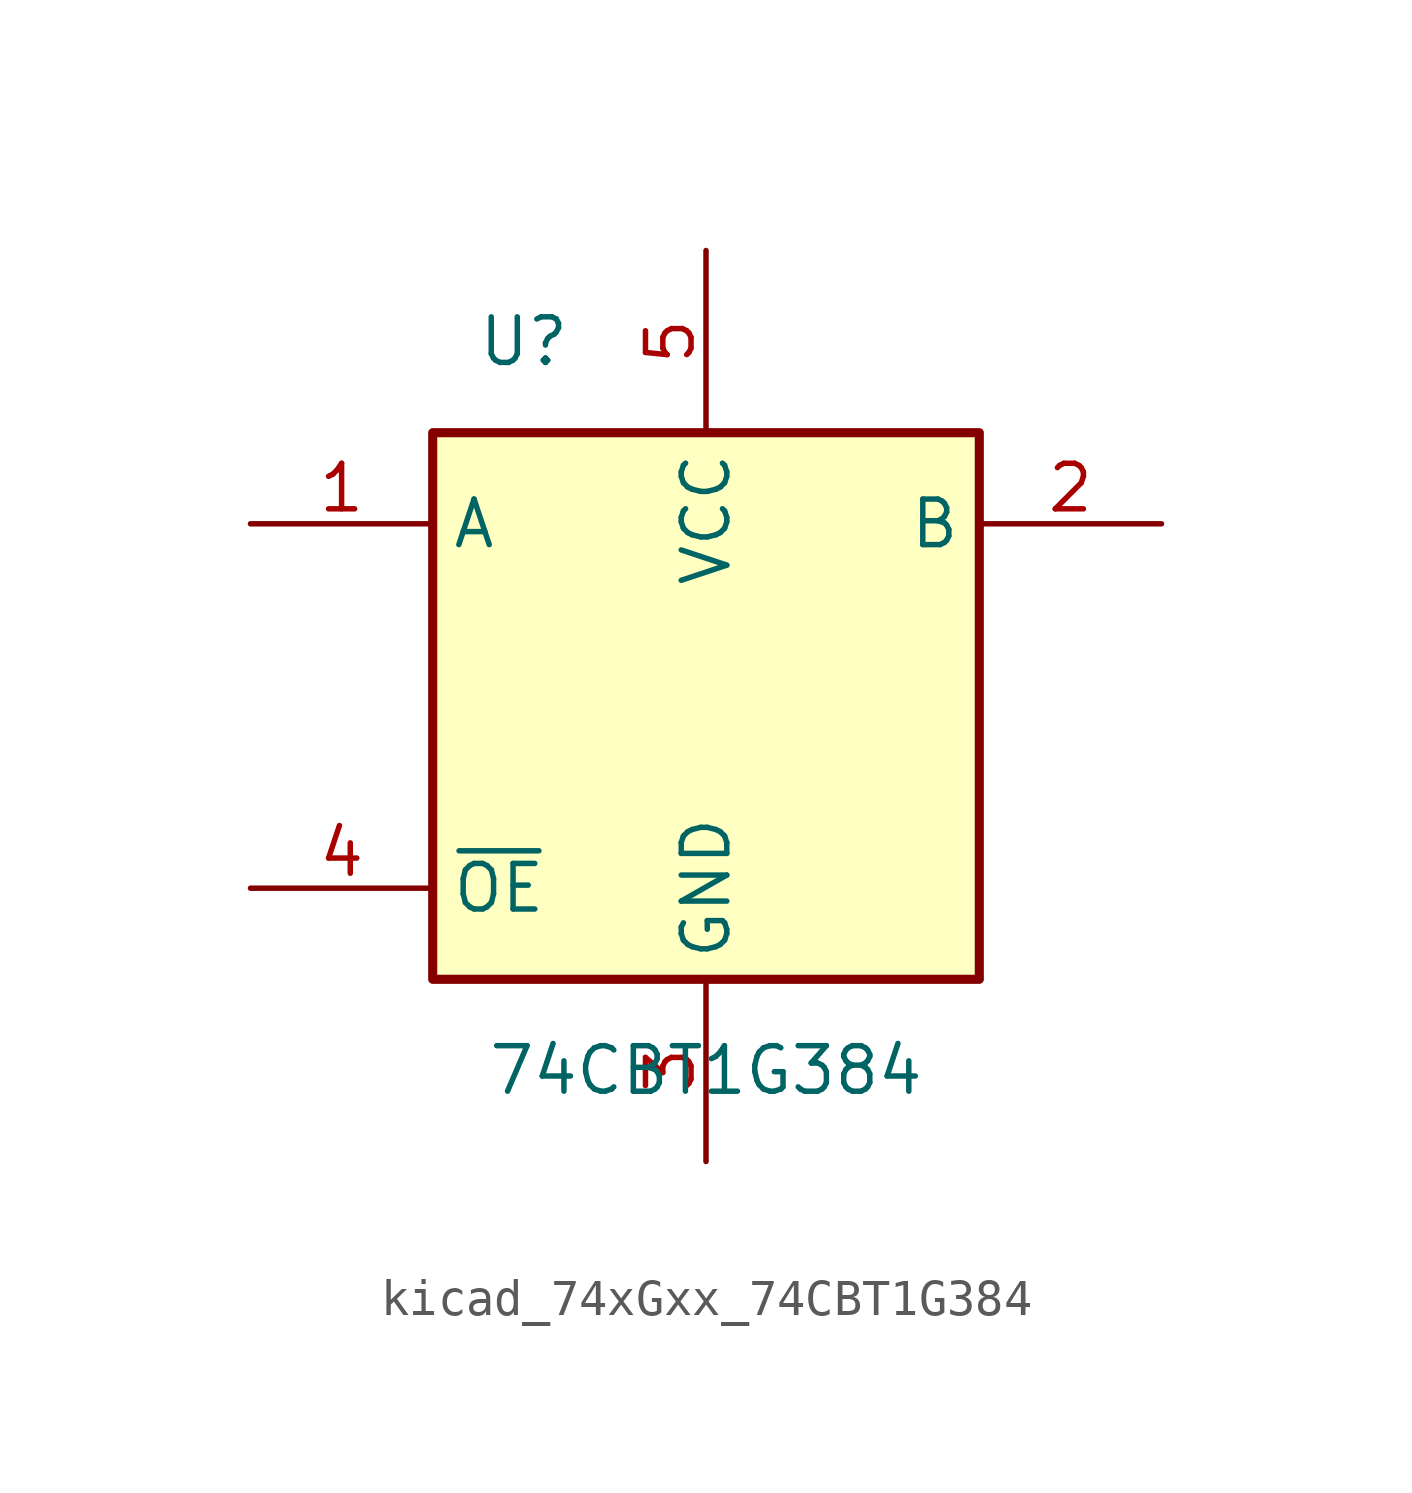
<source format=kicad_sym>
(kicad_symbol_lib
  (version 20220914)
  (generator kicad_symbol_editor)
  (symbol "kicad_74xGxx_74CBT1G384"
    (property "Reference" "U"
      (at -5.08 10.16 0)
      (effects (font (size 1.27 1.27))))
    (property "Value" "74CBT1G384"
      (at 0 -10.16 0)
      (effects (font (size 1.27 1.27))))
    (symbol "kicad_74xGxx_74CBT1G384_0_1"
      (rectangle (start -7.62 7.62) (end 7.62 -7.62) (stroke (width 0.254) (type default)) (fill (type background))))
    (symbol "kicad_74xGxx_74CBT1G384_1_1"
      (pin input line (at -12.7 5.08 0) (length 5.08) (name "A" (effects (font (size 1.27 1.27)))) (number "1" (effects (font (size 1.27 1.27)))))
      (pin tri_state line (at 12.7 5.08 180) (length 5.08) (name "B" (effects (font (size 1.27 1.27)))) (number "2" (effects (font (size 1.27 1.27)))))
      (pin power_in line (at 0 -12.7 90) (length 5.08) (name "GND" (effects (font (size 1.27 1.27)))) (number "3" (effects (font (size 1.27 1.27)))))
      (pin input line (at -12.7 -5.08 0) (length 5.08) (name "~{OE}" (effects (font (size 1.27 1.27)))) (number "4" (effects (font (size 1.27 1.27)))))
      (pin power_in line (at 0 12.7 270) (length 5.08) (name "VCC" (effects (font (size 1.27 1.27)))) (number "5" (effects (font (size 1.27 1.27))))))))
</source>
